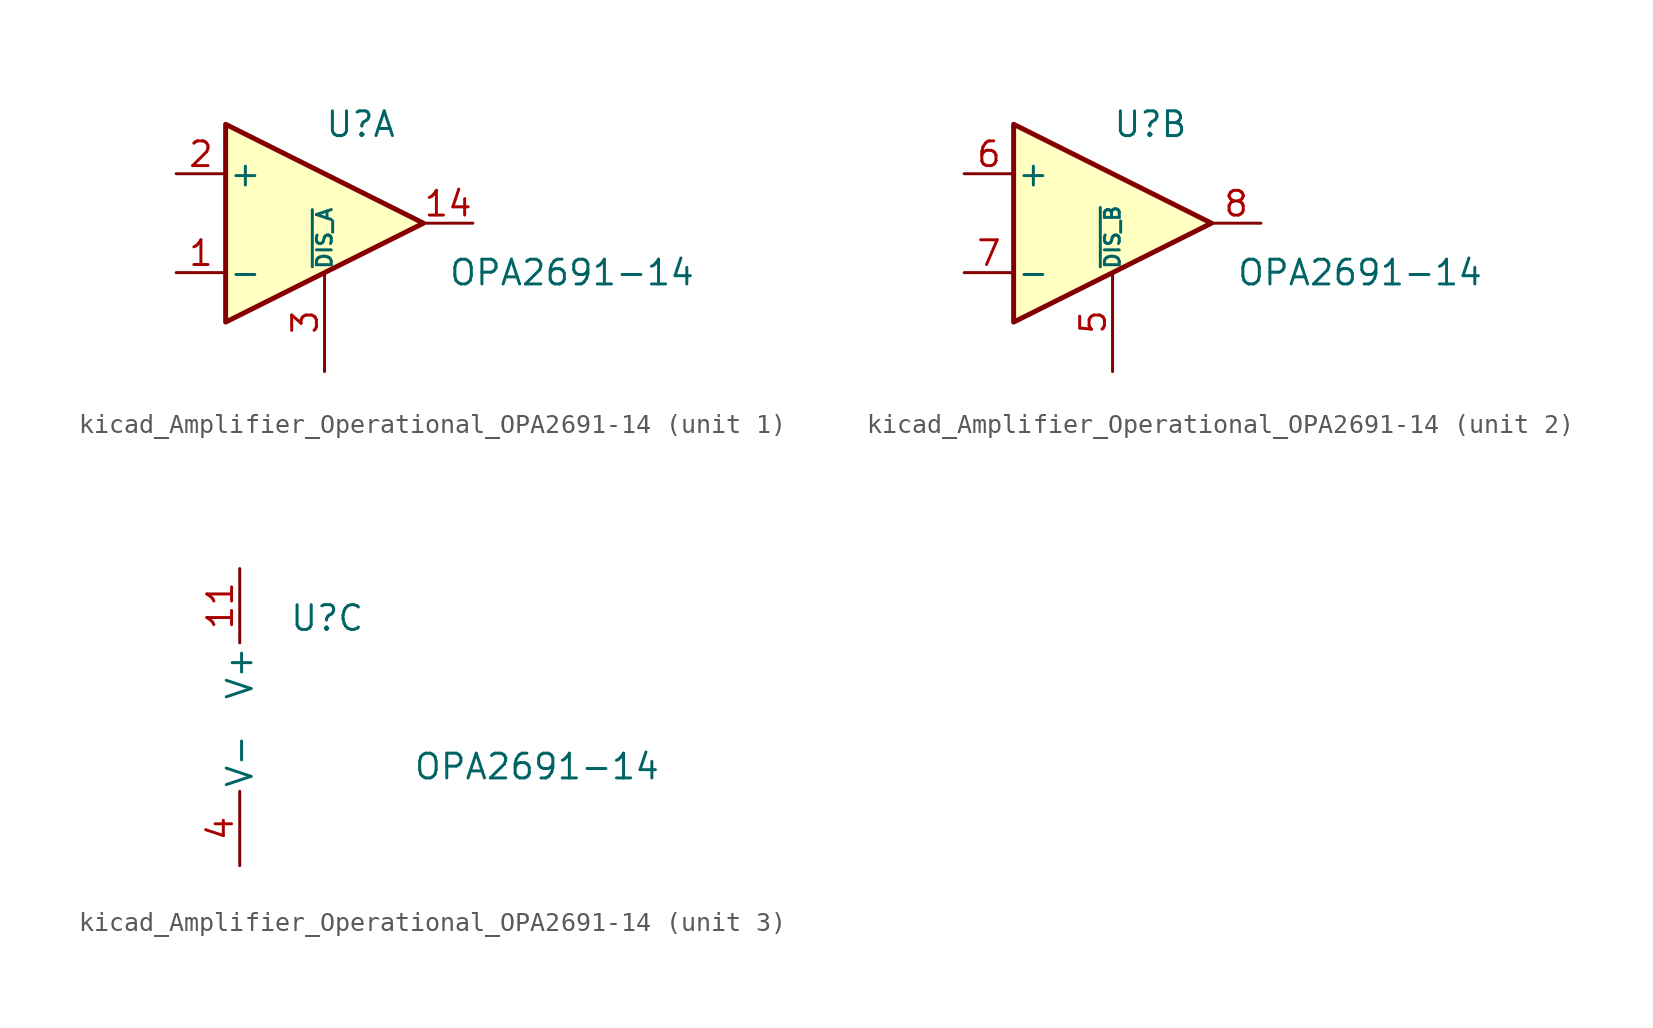
<source format=kicad_sym>
(kicad_symbol_lib
  (version 20220914)
  (generator kicad_symbol_editor)
  (symbol "kicad_Amplifier_Operational_OPA2691-14"
    (pin_names
      (offset 0.127))
    (property "Reference" "U"
      (at 0 5.08 0)
      (effects (font (size 1.27 1.27)) (justify left)))
    (property "Value" "OPA2691-14"
      (at 6.35 -2.54 0)
      (effects (font (size 1.27 1.27)) (justify left)))
    (property "ki_locked" ""
      (at 0 0 0)
      (effects (font (size 1.27 1.27))))
    (symbol "kicad_Amplifier_Operational_OPA2691-14_1_1"
      (polyline (pts (xy -5.08 5.08) (xy 5.08 0) (xy -5.08 -5.08) (xy -5.08 5.08)) (stroke (width 0.254) (type default)) (fill (type background)))
      (pin input line (at -7.62 -2.54 0) (length 2.54) (name "-" (effects (font (size 1.27 1.27)))) (number "1" (effects (font (size 1.27 1.27)))))
      (pin no_connect line (at 0 -2.54 90) (length 2.54) hide (name "NC" (effects (font (size 1.27 1.27)))) (number "10" (effects (font (size 1.27 1.27)))))
      (pin output line (at 7.62 0 180) (length 2.54) (name "~" (effects (font (size 1.27 1.27)))) (number "14" (effects (font (size 1.27 1.27)))))
      (pin input line (at -7.62 2.54 0) (length 2.54) (name "+" (effects (font (size 1.27 1.27)))) (number "2" (effects (font (size 1.27 1.27)))))
      (pin input line (at 0 -7.62 90) (length 5.08) (name "~{DIS_A}" (effects (font (size 0.762 0.762)))) (number "3" (effects (font (size 1.27 1.27)))))
      (pin no_connect line (at -2.54 -2.54 90) (length 2.54) hide (name "NC" (effects (font (size 1.27 1.27)))) (number "9" (effects (font (size 1.27 1.27))))))
    (symbol "kicad_Amplifier_Operational_OPA2691-14_2_1"
      (polyline (pts (xy -5.08 5.08) (xy 5.08 0) (xy -5.08 -5.08) (xy -5.08 5.08)) (stroke (width 0.254) (type default)) (fill (type background)))
      (pin no_connect line (at -2.54 -2.54 90) (length 2.54) hide (name "NC" (effects (font (size 1.27 1.27)))) (number "12" (effects (font (size 1.27 1.27)))))
      (pin no_connect line (at 0 -2.54 90) (length 2.54) hide (name "NC" (effects (font (size 1.27 1.27)))) (number "13" (effects (font (size 1.27 1.27)))))
      (pin input line (at 0 -7.62 90) (length 5.08) (name "~{DIS_B}" (effects (font (size 0.762 0.762)))) (number "5" (effects (font (size 1.27 1.27)))))
      (pin input line (at -7.62 2.54 0) (length 2.54) (name "+" (effects (font (size 1.27 1.27)))) (number "6" (effects (font (size 1.27 1.27)))))
      (pin input line (at -7.62 -2.54 0) (length 2.54) (name "-" (effects (font (size 1.27 1.27)))) (number "7" (effects (font (size 1.27 1.27)))))
      (pin output line (at 7.62 0 180) (length 2.54) (name "~" (effects (font (size 1.27 1.27)))) (number "8" (effects (font (size 1.27 1.27))))))
    (symbol "kicad_Amplifier_Operational_OPA2691-14_3_1"
      (pin power_in line (at -2.54 7.62 270) (length 3.81) (name "V+" (effects (font (size 1.27 1.27)))) (number "11" (effects (font (size 1.27 1.27)))))
      (pin power_in line (at -2.54 -7.62 90) (length 3.81) (name "V-" (effects (font (size 1.27 1.27)))) (number "4" (effects (font (size 1.27 1.27))))))))
</source>
